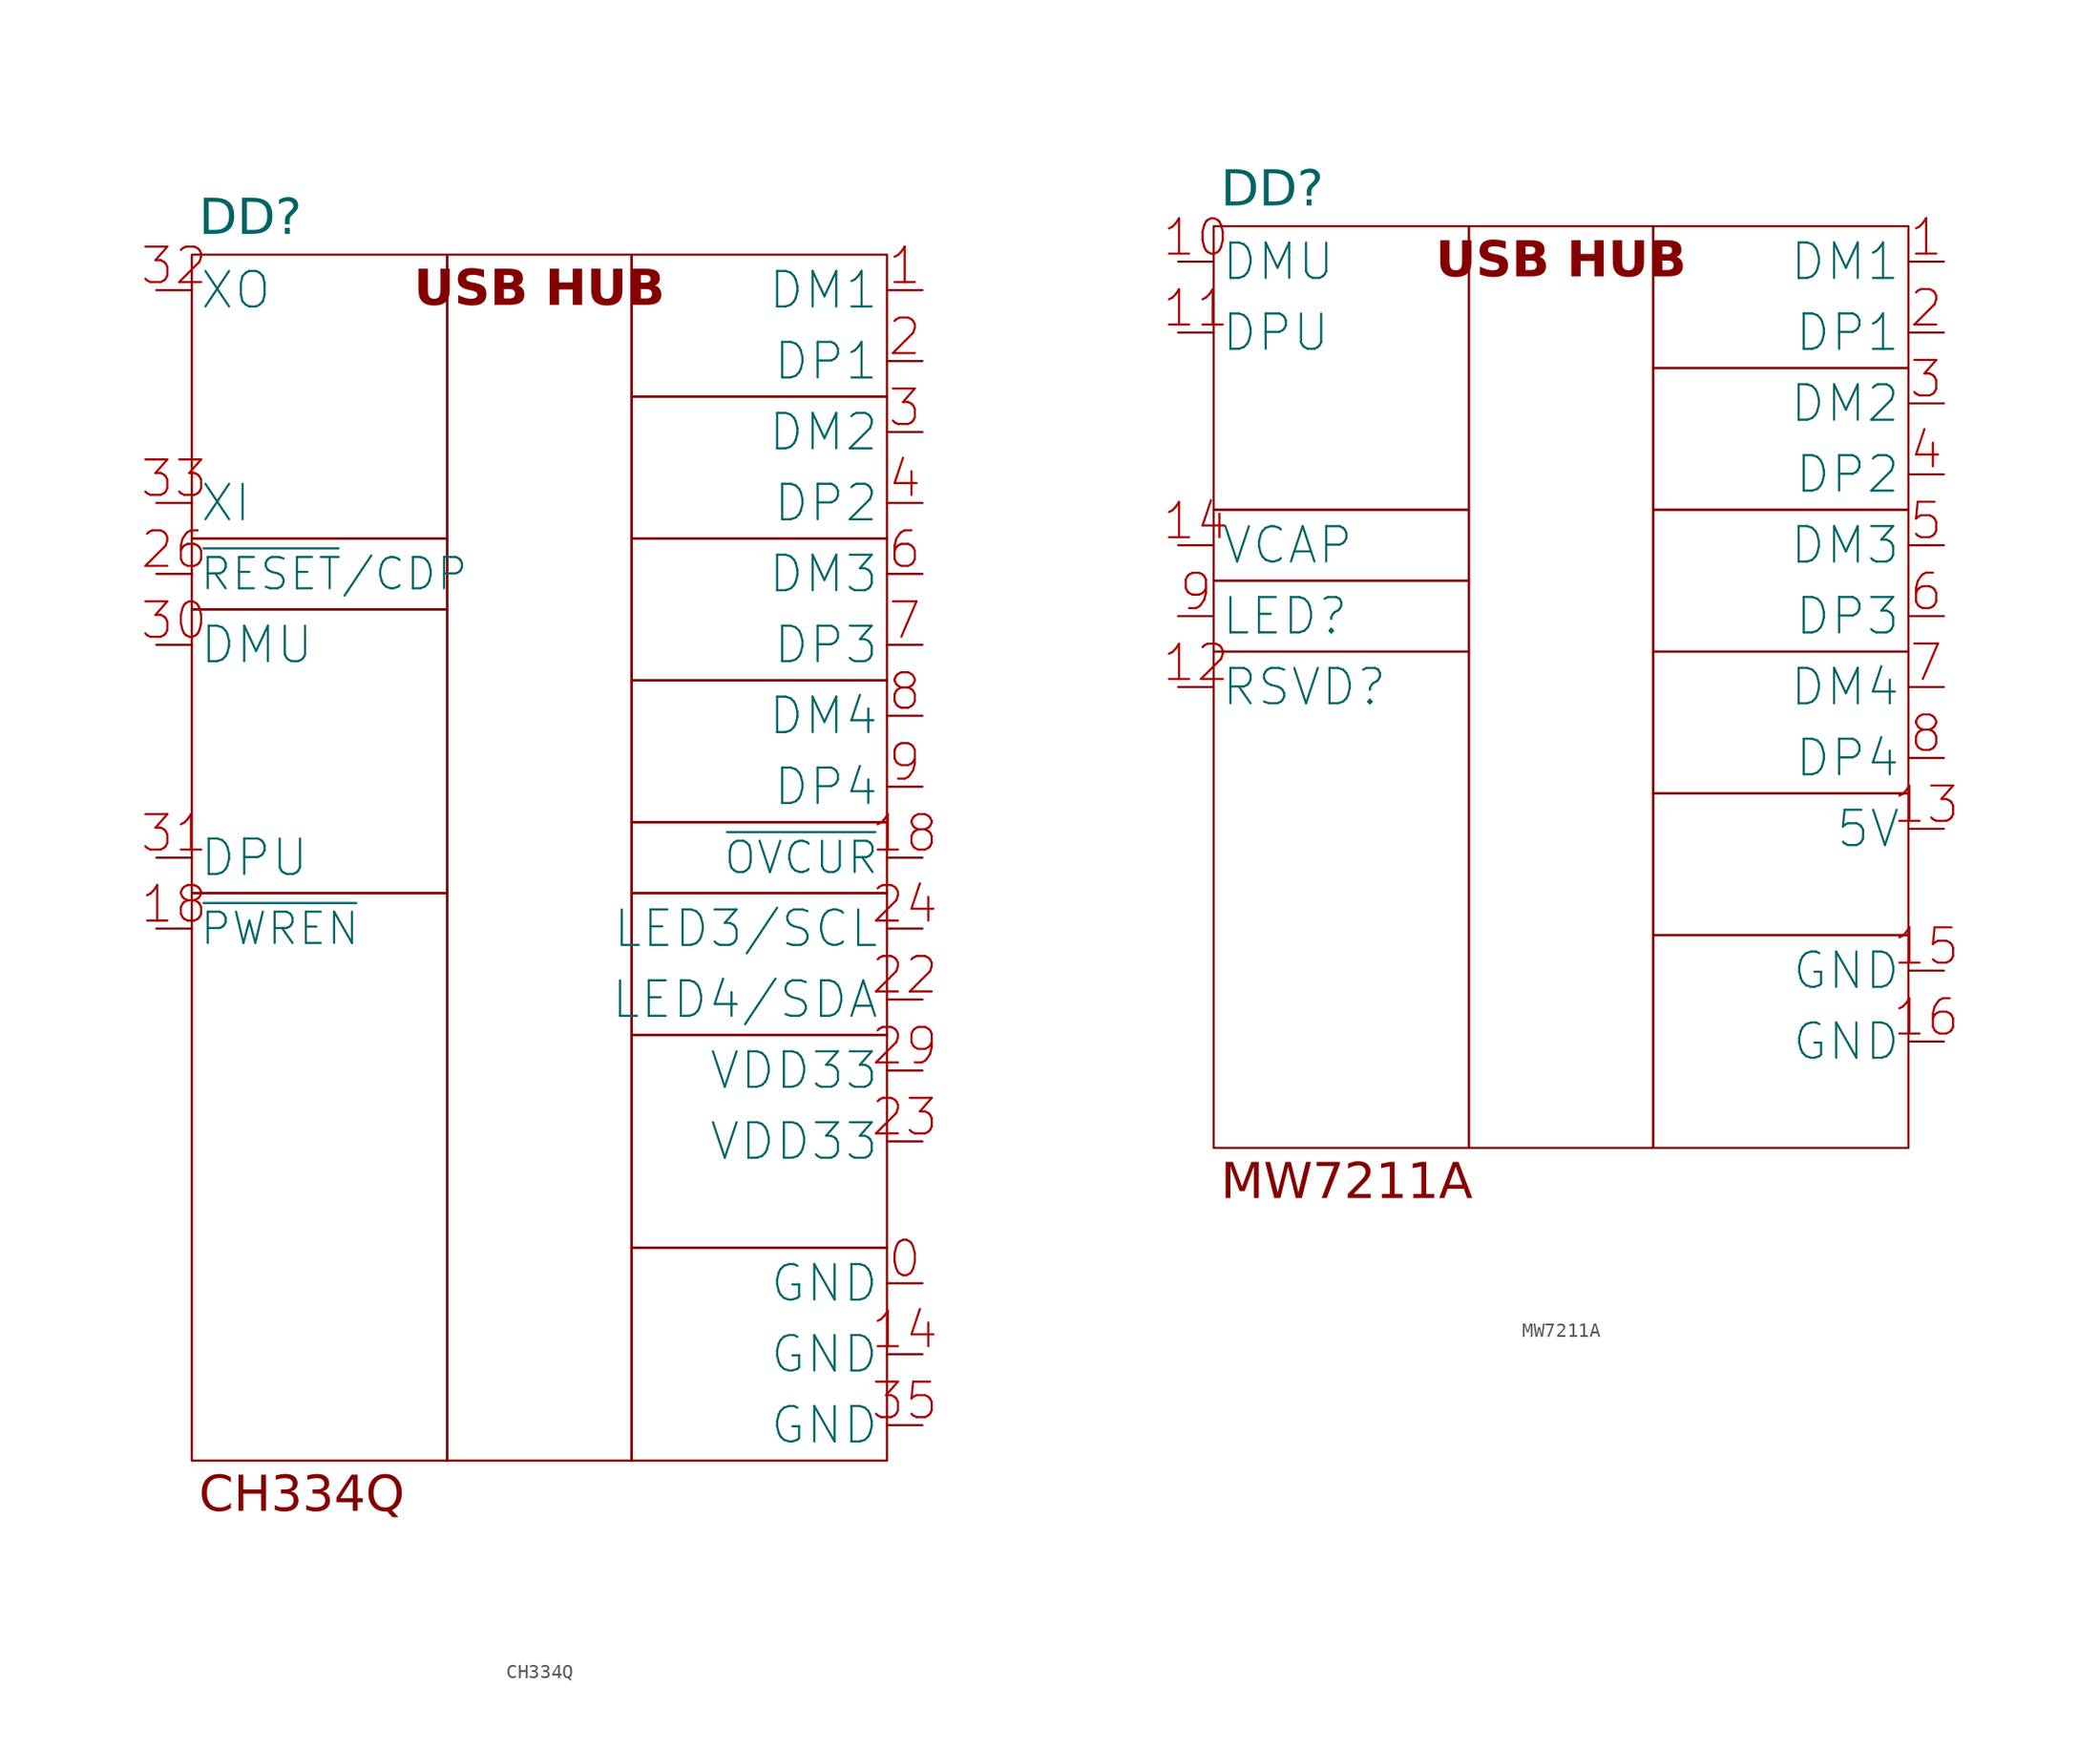
<source format=kicad_sym>
(kicad_symbol_lib
  (version 20220914)
  (generator kicad_symbol_editor)
  (symbol "CH334Q"
    (pin_names
      (offset 0.5))
    (property "Reference" "DD"
      (at 3 5 0)
      (effects (font (face "GOST type A") (size 2.5 2.5) italic) (justify left)))
    (property "Value" ""
      (at 0 0 0)
      (effects (font (size 1.27 1.27))))
    (symbol "CH334Q_0_1"
      (rectangle (start 2.5 -42.5) (end 20.5 -82.5) (stroke (width 0) (type default)) (fill (type none)))
      (rectangle (start 2.5 -22.5) (end 20.5 -42.5) (stroke (width 0) (type default)) (fill (type none)))
      (rectangle (start 2.5 -17.5) (end 20.5 -22.5) (stroke (width 0) (type default)) (fill (type none)))
      (rectangle (start 2.5 2.5) (end 20.5 -17.5) (stroke (width 0) (type default)) (fill (type none)))
      (rectangle (start 20.5 2.5) (end 33.5 -82.5) (stroke (width 0) (type default)) (fill (type none)))
      (rectangle (start 33.5 -67.5) (end 51.5 -82.5) (stroke (width 0) (type default)) (fill (type none)))
      (rectangle (start 33.5 -52.5) (end 51.5 -67.5) (stroke (width 0) (type default)) (fill (type none)))
      (rectangle (start 33.5 -42.5) (end 51.5 -52.5) (stroke (width 0) (type default)) (fill (type none)))
      (rectangle (start 33.5 -37.5) (end 51.5 -42.5) (stroke (width 0) (type default)) (fill (type none)))
      (rectangle (start 33.5 -27.5) (end 51.5 -37.5) (stroke (width 0) (type default)) (fill (type none)))
      (rectangle (start 33.5 -17.5) (end 51.5 -27.5) (stroke (width 0) (type default)) (fill (type none)))
      (rectangle (start 33.5 -7.5) (end 51.5 -17.5) (stroke (width 0) (type default)) (fill (type none)))
      (rectangle (start 33.5 2.5) (end 51.5 -7.5) (stroke (width 0) (type default)) (fill (type none))))
    (symbol "CH334Q_1_0"
      (pin output line (at 54 0 180) (length 2.5) (name "DM1" (effects (font (size 2.5 2.5)))) (number "1" (effects (font (size 2.5 2.5)))))
      (pin output line (at 54 -5 180) (length 2.5) (name "DP1" (effects (font (size 2.5 2.5)))) (number "2" (effects (font (size 2.5 2.5)))))
      (pin bidirectional line (at 54 -50 180) (length 2.5) (name "LED4/SDA" (effects (font (size 2.5 2.5)))) (number "22" (effects (font (size 2.5 2.5)))))
      (pin bidirectional line (at 54 -45 180) (length 2.5) (name "LED3/SCL" (effects (font (size 2.5 2.5)))) (number "24" (effects (font (size 2.5 2.5)))))
      (pin output line (at 54 -10 180) (length 2.5) (name "DM2" (effects (font (size 2.5 2.5)))) (number "3" (effects (font (size 2.5 2.5)))))
      (pin output line (at 54 -15 180) (length 2.5) (name "DP2" (effects (font (size 2.5 2.5)))) (number "4" (effects (font (size 2.5 2.5)))))
      (pin output line (at 54 -20 180) (length 2.5) (name "DM3" (effects (font (size 2.5 2.5)))) (number "6" (effects (font (size 2.5 2.5)))))
      (pin output line (at 54 -25 180) (length 2.5) (name "DP3" (effects (font (size 2.5 2.5)))) (number "7" (effects (font (size 2.5 2.5)))))
      (pin output line (at 54 -30 180) (length 2.5) (name "DM4" (effects (font (size 2.5 2.5)))) (number "8" (effects (font (size 2.5 2.5)))))
      (pin output line (at 54 -35 180) (length 2.5) (name "DP4" (effects (font (size 2.5 2.5)))) (number "9" (effects (font (size 2.5 2.5))))))
    (symbol "CH334Q_1_1"
      (text "CH334Q" (at 3 -85 0) (effects (font (face "GOST type A") (size 2.5 2.5) italic) (justify left)))
      (text "USB HUB\n" (at 27 0 0) (effects (font (face "GOST type A") (size 2.5 2.5) bold)))
      (pin power_in line (at 54 -70 180) (length 2.5) (name "GND" (effects (font (size 2.5 2.5)))) (number "0" (effects (font (size 2.5 2.5)))))
      (pin power_in line (at 54 -75 180) (length 2.5) (name "GND" (effects (font (size 2.5 2.5)))) (number "14" (effects (font (size 2.5 2.5)))))
      (pin output line (at 54 -40 180) (length 2.5) (name "~{OVCUR}" (effects (font (size 2.2 2.2)))) (number "18" (effects (font (size 2.5 2.5)))))
      (pin input line (at 0 -45 0) (length 2.5) (name "~{PWREN}" (effects (font (size 2.2 2.2)))) (number "18" (effects (font (size 2.5 2.5)))))
      (pin power_in line (at 54 -60 180) (length 2.5) (name "VDD33" (effects (font (size 2.5 2.5)))) (number "23" (effects (font (size 2.5 2.5)))))
      (pin input line (at 0 -20 0) (length 2.5) (name "~{RESET}/CDP" (effects (font (size 2.2 2.2)))) (number "26" (effects (font (size 2.5 2.5)))))
      (pin power_in line (at 54 -55 180) (length 2.5) (name "VDD33" (effects (font (size 2.5 2.5)))) (number "29" (effects (font (size 2.5 2.5)))))
      (pin input line (at 0 -25 0) (length 2.5) (name "DMU" (effects (font (size 2.5 2.5)))) (number "30" (effects (font (size 2.5 2.5)))))
      (pin input line (at 0 -40 0) (length 2.5) (name "DPU" (effects (font (size 2.5 2.5)))) (number "31" (effects (font (size 2.5 2.5)))))
      (pin input line (at 0 0 0) (length 2.5) (name "XO" (effects (font (size 2.5 2.5)))) (number "32" (effects (font (size 2.5 2.5)))))
      (pin input line (at 0 -15 0) (length 2.5) (name "XI" (effects (font (size 2.5 2.5)))) (number "33" (effects (font (size 2.5 2.5)))))
      (pin power_in line (at 54 -80 180) (length 2.5) (name "GND" (effects (font (size 2.5 2.5)))) (number "35" (effects (font (size 2.5 2.5)))))))
  (symbol "MW7211A"
    (pin_names
      (offset 0.5))
    (property "Reference" "DD"
      (at 3 5 0)
      (effects (font (face "GOST type A") (size 2.5 2.5) italic) (justify left)))
    (property "Value" ""
      (at 0 0 0)
      (effects (font (size 1.27 1.27))))
    (symbol "MW7211A_0_1"
      (rectangle (start 2.5 -27.5) (end 20.5 -62.5) (stroke (width 0) (type default)) (fill (type none)))
      (rectangle (start 2.5 -22.5) (end 20.5 -27.5) (stroke (width 0) (type default)) (fill (type none)))
      (rectangle (start 2.5 -17.5) (end 20.5 -22.5) (stroke (width 0) (type default)) (fill (type none)))
      (rectangle (start 2.5 2.5) (end 20.5 -17.5) (stroke (width 0) (type default)) (fill (type none)))
      (rectangle (start 20.5 2.5) (end 33.5 -62.5) (stroke (width 0) (type default)) (fill (type none)))
      (rectangle (start 33.5 -47.5) (end 51.5 -62.5) (stroke (width 0) (type default)) (fill (type none)))
      (rectangle (start 33.5 -37.5) (end 51.5 -47.5) (stroke (width 0) (type default)) (fill (type none)))
      (rectangle (start 33.5 -27.5) (end 51.5 -37.5) (stroke (width 0) (type default)) (fill (type none)))
      (rectangle (start 33.5 -17.5) (end 51.5 -27.5) (stroke (width 0) (type default)) (fill (type none)))
      (rectangle (start 33.5 -7.5) (end 51.5 -17.5) (stroke (width 0) (type default)) (fill (type none)))
      (rectangle (start 33.5 2.5) (end 51.5 -7.5) (stroke (width 0) (type default)) (fill (type none))))
    (symbol "MW7211A_1_0"
      (pin output line (at 54 0 180) (length 2.5) (name "DM1" (effects (font (size 2.5 2.5)))) (number "1" (effects (font (size 2.5 2.5)))))
      (pin input line (at 0 0 0) (length 2.489) (name "DMU" (effects (font (size 2.489 2.489)))) (number "10" (effects (font (size 2.489 2.489)))))
      (pin input line (at 0 -5 0) (length 2.489) (name "DPU" (effects (font (size 2.489 2.489)))) (number "11" (effects (font (size 2.489 2.489)))))
      (pin bidirectional line (at 0 -30 0) (length 2.489) (name "RSVD?" (effects (font (size 2.489 2.489)))) (number "12" (effects (font (size 2.489 2.489)))))
      (pin power_in line (at 54 -40 180) (length 2.489) (name "5V" (effects (font (size 2.489 2.489)))) (number "13" (effects (font (size 2.489 2.489)))))
      (pin output line (at 0 -20 0) (length 2.489) (name "VCAP" (effects (font (size 2.489 2.489)))) (number "14" (effects (font (size 2.489 2.489)))))
      (pin power_in line (at 54 -50 180) (length 2.489) (name "GND" (effects (font (size 2.489 2.489)))) (number "15" (effects (font (size 2.489 2.489)))))
      (pin power_in line (at 54 -55 180) (length 2.489) (name "GND" (effects (font (size 2.489 2.489)))) (number "16" (effects (font (size 2.489 2.489)))))
      (pin output line (at 54 -5 180) (length 2.5) (name "DP1" (effects (font (size 2.5 2.5)))) (number "2" (effects (font (size 2.5 2.5)))))
      (pin output line (at 54 -10 180) (length 2.5) (name "DM2" (effects (font (size 2.5 2.5)))) (number "3" (effects (font (size 2.5 2.5)))))
      (pin output line (at 54 -15 180) (length 2.5) (name "DP2" (effects (font (size 2.5 2.5)))) (number "4" (effects (font (size 2.5 2.5)))))
      (pin output line (at 54 -20 180) (length 2.5) (name "DM3" (effects (font (size 2.5 2.5)))) (number "5" (effects (font (size 2.5 2.5)))))
      (pin output line (at 54 -25 180) (length 2.5) (name "DP3" (effects (font (size 2.5 2.5)))) (number "6" (effects (font (size 2.5 2.5)))))
      (pin output line (at 54 -30 180) (length 2.5) (name "DM4" (effects (font (size 2.5 2.5)))) (number "7" (effects (font (size 2.5 2.5)))))
      (pin output line (at 54 -35 180) (length 2.5) (name "DP4" (effects (font (size 2.5 2.5)))) (number "8" (effects (font (size 2.5 2.5)))))
      (pin output line (at 0 -25 0) (length 2.489) (name "LED?" (effects (font (size 2.489 2.489)))) (number "9" (effects (font (size 2.489 2.489))))))
    (symbol "MW7211A_1_1"
      (text "MW7211A" (at 3 -65 0) (effects (font (face "GOST type A") (size 2.5 2.5) italic) (justify left)))
      (text "USB HUB\n" (at 27 0 0) (effects (font (face "GOST type A") (size 2.5 2.5) bold))))))
</source>
